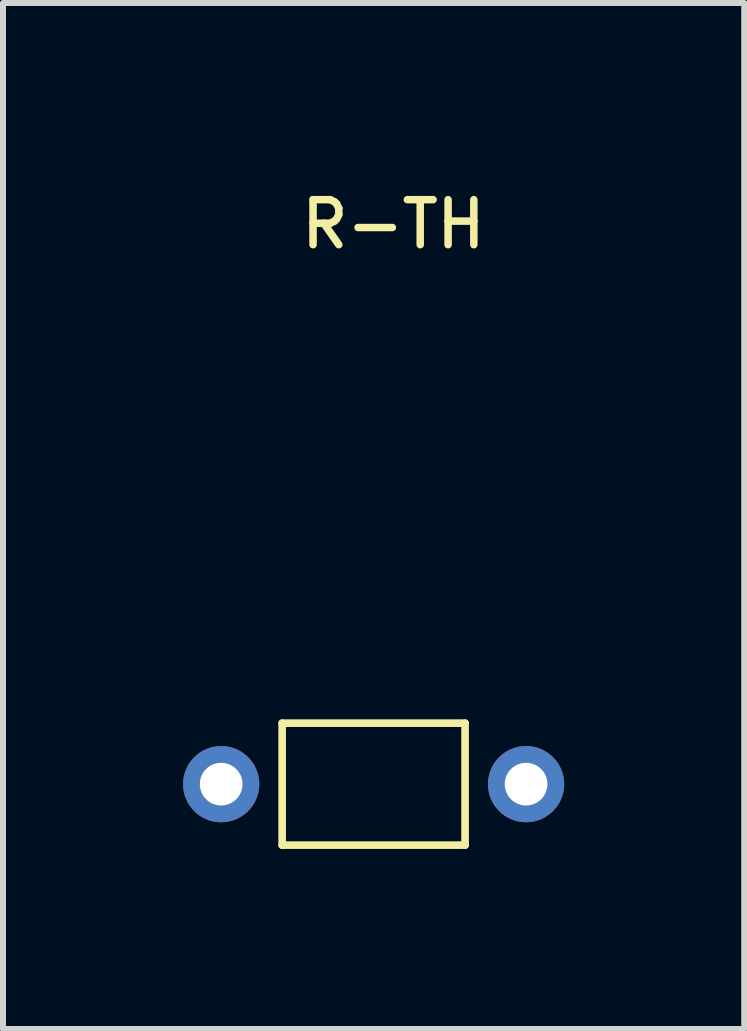
<source format=kicad_pcb>
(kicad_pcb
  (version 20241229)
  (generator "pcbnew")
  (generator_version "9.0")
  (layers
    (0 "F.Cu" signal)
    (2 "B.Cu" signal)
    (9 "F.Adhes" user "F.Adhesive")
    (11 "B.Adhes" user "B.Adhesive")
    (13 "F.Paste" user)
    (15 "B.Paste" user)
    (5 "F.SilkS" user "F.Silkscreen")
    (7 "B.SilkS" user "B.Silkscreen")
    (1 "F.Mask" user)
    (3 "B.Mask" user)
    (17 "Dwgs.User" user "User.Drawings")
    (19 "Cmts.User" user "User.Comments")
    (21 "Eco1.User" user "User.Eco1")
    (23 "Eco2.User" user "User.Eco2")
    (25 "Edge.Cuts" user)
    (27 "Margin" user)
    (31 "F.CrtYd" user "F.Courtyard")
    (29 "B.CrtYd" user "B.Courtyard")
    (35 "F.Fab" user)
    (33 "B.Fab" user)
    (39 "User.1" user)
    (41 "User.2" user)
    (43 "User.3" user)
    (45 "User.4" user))
  (footprint "R-TH"
    (layer "F.Cu")
    (at 3.175 10.015)
    (property "Reference" "R-TH" (at -1.27 -8.89 0) (layer "F.SilkS") (effects (font (size 0.75 0.75) (thickness 0.125)) (justify left bottom)))
    (attr through_hole)
    (fp_line (start -1.524 -1.016) (end -1.524 1.016) (stroke (width 0.127) (type solid)) (layer "F.SilkS"))
    (fp_line (start -1.524 1.016) (end 1.524 1.016) (stroke (width 0.127) (type solid)) (layer "F.SilkS"))
    (fp_line (start 1.524 -1.016) (end -1.524 -1.016) (stroke (width 0.127) (type solid)) (layer "F.SilkS"))
    (fp_line (start 1.524 1.016) (end 1.524 -1.016) (stroke (width 0.127) (type solid)) (layer "F.SilkS"))
    (pad "1" thru_hole circle (at -2.54 0 90) (size 1.27 1.27) (drill 0.711) (layers "*.Cu" "*.Mask"))
    (pad "2" thru_hole circle (at 2.54 0 90) (size 1.27 1.27) (drill 0.711) (layers "*.Cu" "*.Mask")))
  (gr_rect
    (start -3 -3)
    (end 9.35 14.095)
    (stroke (width 0.1) (type default))
    (fill no)
    (layer "Edge.Cuts")))
</source>
